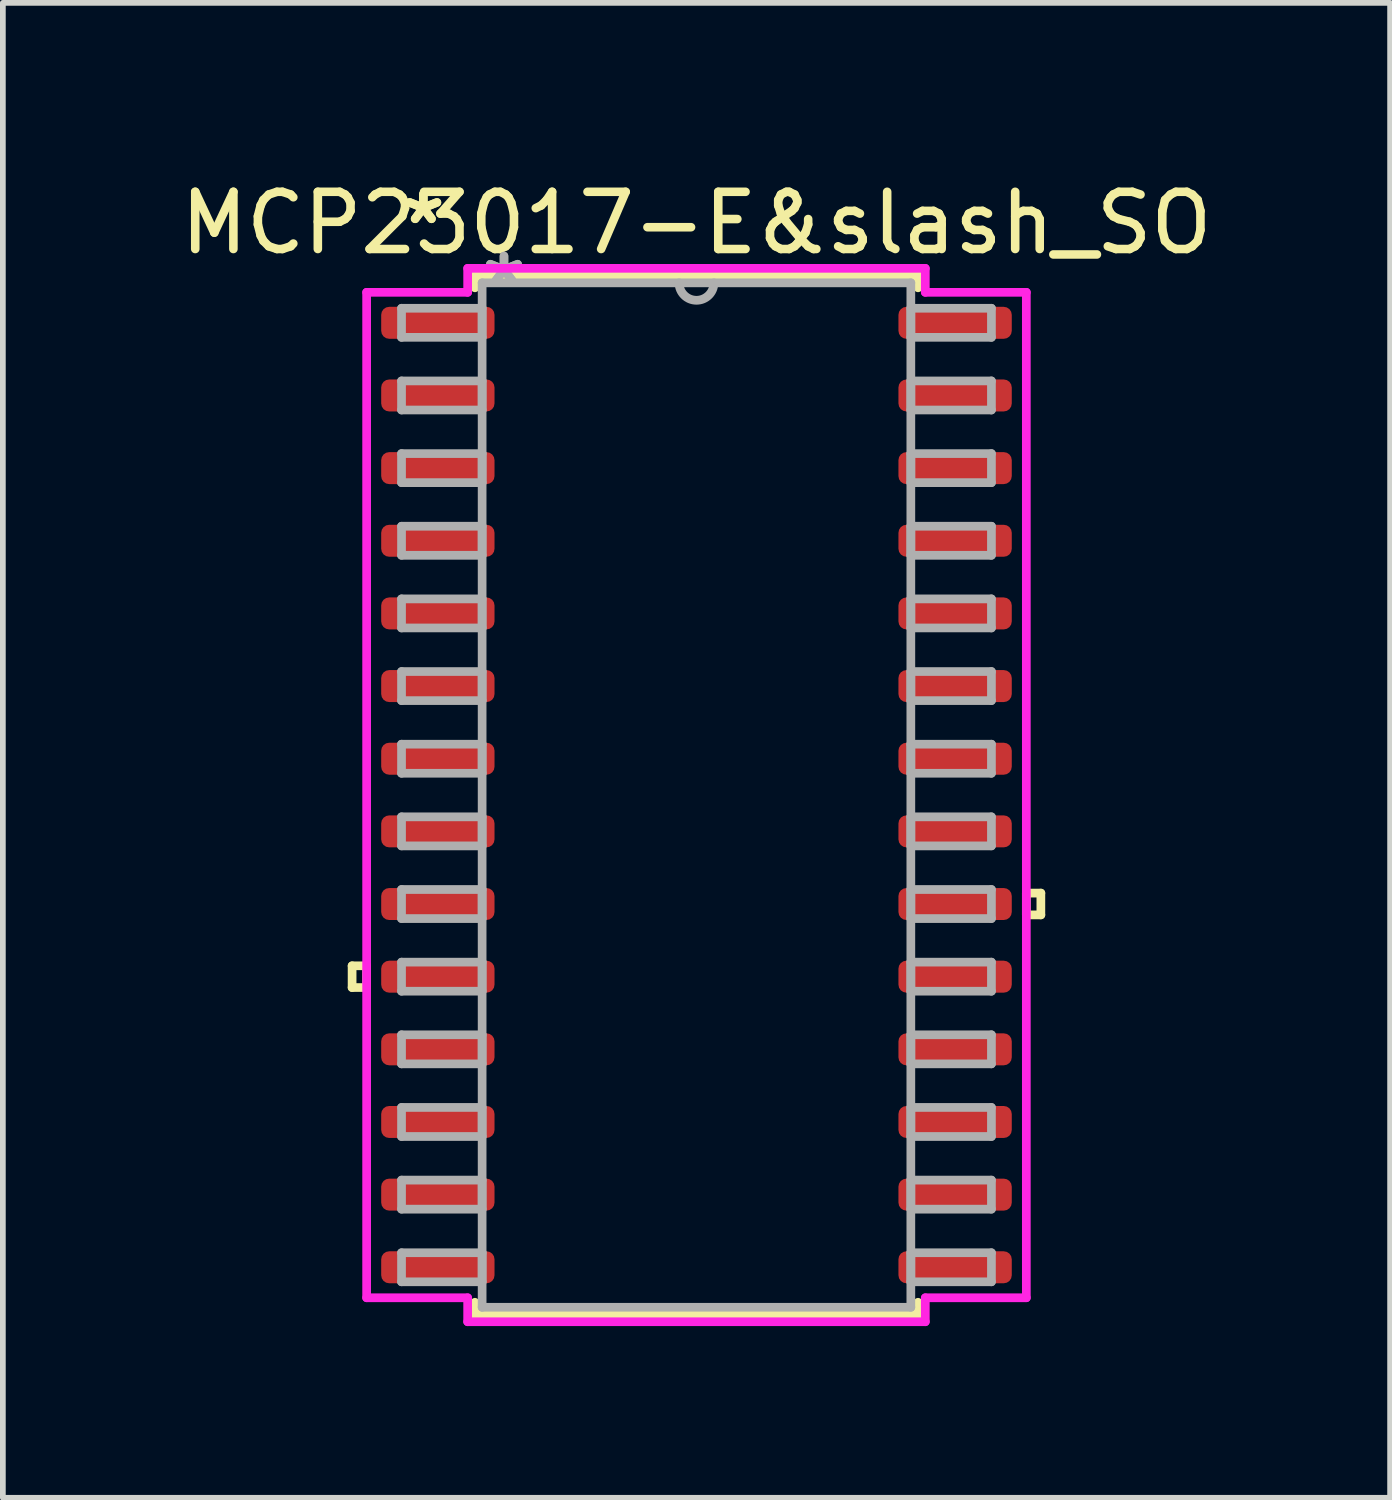
<source format=kicad_pcb>
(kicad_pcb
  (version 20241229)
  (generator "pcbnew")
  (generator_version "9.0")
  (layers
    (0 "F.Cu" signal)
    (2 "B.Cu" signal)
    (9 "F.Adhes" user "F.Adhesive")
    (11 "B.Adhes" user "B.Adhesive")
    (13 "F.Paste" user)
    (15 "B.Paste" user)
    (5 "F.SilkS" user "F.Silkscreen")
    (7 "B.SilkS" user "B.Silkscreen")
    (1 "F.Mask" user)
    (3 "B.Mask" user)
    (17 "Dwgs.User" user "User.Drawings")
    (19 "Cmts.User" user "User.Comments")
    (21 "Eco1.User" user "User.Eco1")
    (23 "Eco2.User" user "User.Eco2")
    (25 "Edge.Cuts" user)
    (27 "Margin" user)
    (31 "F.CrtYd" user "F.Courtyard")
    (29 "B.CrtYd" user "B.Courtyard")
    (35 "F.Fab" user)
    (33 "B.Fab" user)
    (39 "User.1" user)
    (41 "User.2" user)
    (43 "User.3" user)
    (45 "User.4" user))
  (footprint "MCP23017-E&slash_SO"
    (layer "F.Cu")
    (at 9.125 10.848)
    (property "Reference" "MCP23017-E&slash_SO" (at 0 -10 0) (layer "F.SilkS") (effects (font (size 1 1) (thickness 0.15))))
    (attr smd)
    (fp_line (start -6.02 2.985) (end -6.02 3.365) (stroke (width 0.152) (type solid)) (layer "F.SilkS"))
    (fp_line (start -6.02 3.365) (end -5.766 3.365) (stroke (width 0.152) (type solid)) (layer "F.SilkS"))
    (fp_line (start -5.766 2.985) (end -6.02 2.985) (stroke (width 0.152) (type solid)) (layer "F.SilkS"))
    (fp_line (start -5.766 3.365) (end -5.766 2.985) (stroke (width 0.152) (type solid)) (layer "F.SilkS"))
    (fp_line (start -3.873 -9.081) (end -3.873 -8.867) (stroke (width 0.152) (type solid)) (layer "F.SilkS"))
    (fp_line (start -3.873 8.867) (end -3.873 9.081) (stroke (width 0.152) (type solid)) (layer "F.SilkS"))
    (fp_line (start -3.873 9.081) (end 3.873 9.081) (stroke (width 0.152) (type solid)) (layer "F.SilkS"))
    (fp_line (start 3.873 -9.081) (end -3.873 -9.081) (stroke (width 0.152) (type solid)) (layer "F.SilkS"))
    (fp_line (start 3.873 -8.867) (end 3.873 -9.081) (stroke (width 0.152) (type solid)) (layer "F.SilkS"))
    (fp_line (start 3.873 9.081) (end 3.873 8.867) (stroke (width 0.152) (type solid)) (layer "F.SilkS"))
    (fp_line (start 5.766 1.714) (end 6.02 1.714) (stroke (width 0.152) (type solid)) (layer "F.SilkS"))
    (fp_line (start 5.766 2.095) (end 5.766 1.714) (stroke (width 0.152) (type solid)) (layer "F.SilkS"))
    (fp_line (start 6.02 1.714) (end 6.02 2.095) (stroke (width 0.152) (type solid)) (layer "F.SilkS"))
    (fp_line (start 6.02 2.095) (end 5.766 2.095) (stroke (width 0.152) (type solid)) (layer "F.SilkS"))
    (fp_line (start -5.766 -8.788) (end -4 -8.788) (stroke (width 0.152) (type solid)) (layer "F.CrtYd"))
    (fp_line (start -5.766 8.788) (end -5.766 -8.788) (stroke (width 0.152) (type solid)) (layer "F.CrtYd"))
    (fp_line (start -4 -9.207) (end 4 -9.207) (stroke (width 0.152) (type solid)) (layer "F.CrtYd"))
    (fp_line (start -4 -8.788) (end -4 -9.207) (stroke (width 0.152) (type solid)) (layer "F.CrtYd"))
    (fp_line (start -4 8.788) (end -5.766 8.788) (stroke (width 0.152) (type solid)) (layer "F.CrtYd"))
    (fp_line (start -4 9.207) (end -4 8.788) (stroke (width 0.152) (type solid)) (layer "F.CrtYd"))
    (fp_line (start 4 -9.207) (end 4 -8.788) (stroke (width 0.152) (type solid)) (layer "F.CrtYd"))
    (fp_line (start 4 -8.788) (end 5.766 -8.788) (stroke (width 0.152) (type solid)) (layer "F.CrtYd"))
    (fp_line (start 4 8.788) (end 4 9.207) (stroke (width 0.152) (type solid)) (layer "F.CrtYd"))
    (fp_line (start 4 9.207) (end -4 9.207) (stroke (width 0.152) (type solid)) (layer "F.CrtYd"))
    (fp_line (start 5.766 -8.788) (end 5.766 8.788) (stroke (width 0.152) (type solid)) (layer "F.CrtYd"))
    (fp_line (start 5.766 8.788) (end 4 8.788) (stroke (width 0.152) (type solid)) (layer "F.CrtYd"))
    (fp_line (start -5.156 -8.509) (end -5.156 -8.001) (stroke (width 0.152) (type solid)) (layer "F.Fab"))
    (fp_line (start -5.156 -8.001) (end -3.747 -8.001) (stroke (width 0.152) (type solid)) (layer "F.Fab"))
    (fp_line (start -5.156 -7.239) (end -5.156 -6.731) (stroke (width 0.152) (type solid)) (layer "F.Fab"))
    (fp_line (start -5.156 -6.731) (end -3.747 -6.731) (stroke (width 0.152) (type solid)) (layer "F.Fab"))
    (fp_line (start -5.156 -5.969) (end -5.156 -5.461) (stroke (width 0.152) (type solid)) (layer "F.Fab"))
    (fp_line (start -5.156 -5.461) (end -3.747 -5.461) (stroke (width 0.152) (type solid)) (layer "F.Fab"))
    (fp_line (start -5.156 -4.699) (end -5.156 -4.191) (stroke (width 0.152) (type solid)) (layer "F.Fab"))
    (fp_line (start -5.156 -4.191) (end -3.747 -4.191) (stroke (width 0.152) (type solid)) (layer "F.Fab"))
    (fp_line (start -5.156 -3.429) (end -5.156 -2.921) (stroke (width 0.152) (type solid)) (layer "F.Fab"))
    (fp_line (start -5.156 -2.921) (end -3.747 -2.921) (stroke (width 0.152) (type solid)) (layer "F.Fab"))
    (fp_line (start -5.156 -2.159) (end -5.156 -1.651) (stroke (width 0.152) (type solid)) (layer "F.Fab"))
    (fp_line (start -5.156 -1.651) (end -3.747 -1.651) (stroke (width 0.152) (type solid)) (layer "F.Fab"))
    (fp_line (start -5.156 -0.889) (end -5.156 -0.381) (stroke (width 0.152) (type solid)) (layer "F.Fab"))
    (fp_line (start -5.156 -0.381) (end -3.747 -0.381) (stroke (width 0.152) (type solid)) (layer "F.Fab"))
    (fp_line (start -5.156 0.381) (end -5.156 0.889) (stroke (width 0.152) (type solid)) (layer "F.Fab"))
    (fp_line (start -5.156 0.889) (end -3.747 0.889) (stroke (width 0.152) (type solid)) (layer "F.Fab"))
    (fp_line (start -5.156 1.651) (end -5.156 2.159) (stroke (width 0.152) (type solid)) (layer "F.Fab"))
    (fp_line (start -5.156 2.159) (end -3.747 2.159) (stroke (width 0.152) (type solid)) (layer "F.Fab"))
    (fp_line (start -5.156 2.921) (end -5.156 3.429) (stroke (width 0.152) (type solid)) (layer "F.Fab"))
    (fp_line (start -5.156 3.429) (end -3.747 3.429) (stroke (width 0.152) (type solid)) (layer "F.Fab"))
    (fp_line (start -5.156 4.191) (end -5.156 4.699) (stroke (width 0.152) (type solid)) (layer "F.Fab"))
    (fp_line (start -5.156 4.699) (end -3.747 4.699) (stroke (width 0.152) (type solid)) (layer "F.Fab"))
    (fp_line (start -5.156 5.461) (end -5.156 5.969) (stroke (width 0.152) (type solid)) (layer "F.Fab"))
    (fp_line (start -5.156 5.969) (end -3.747 5.969) (stroke (width 0.152) (type solid)) (layer "F.Fab"))
    (fp_line (start -5.156 6.731) (end -5.156 7.239) (stroke (width 0.152) (type solid)) (layer "F.Fab"))
    (fp_line (start -5.156 7.239) (end -3.747 7.239) (stroke (width 0.152) (type solid)) (layer "F.Fab"))
    (fp_line (start -5.156 8.001) (end -5.156 8.509) (stroke (width 0.152) (type solid)) (layer "F.Fab"))
    (fp_line (start -5.156 8.509) (end -3.747 8.509) (stroke (width 0.152) (type solid)) (layer "F.Fab"))
    (fp_line (start -3.747 -8.954) (end -3.747 8.954) (stroke (width 0.152) (type solid)) (layer "F.Fab"))
    (fp_line (start -3.747 -8.509) (end -5.156 -8.509) (stroke (width 0.152) (type solid)) (layer "F.Fab"))
    (fp_line (start -3.747 -8.001) (end -3.747 -8.509) (stroke (width 0.152) (type solid)) (layer "F.Fab"))
    (fp_line (start -3.747 -7.239) (end -5.156 -7.239) (stroke (width 0.152) (type solid)) (layer "F.Fab"))
    (fp_line (start -3.747 -6.731) (end -3.747 -7.239) (stroke (width 0.152) (type solid)) (layer "F.Fab"))
    (fp_line (start -3.747 -5.969) (end -5.156 -5.969) (stroke (width 0.152) (type solid)) (layer "F.Fab"))
    (fp_line (start -3.747 -5.461) (end -3.747 -5.969) (stroke (width 0.152) (type solid)) (layer "F.Fab"))
    (fp_line (start -3.747 -4.699) (end -5.156 -4.699) (stroke (width 0.152) (type solid)) (layer "F.Fab"))
    (fp_line (start -3.747 -4.191) (end -3.747 -4.699) (stroke (width 0.152) (type solid)) (layer "F.Fab"))
    (fp_line (start -3.747 -3.429) (end -5.156 -3.429) (stroke (width 0.152) (type solid)) (layer "F.Fab"))
    (fp_line (start -3.747 -2.921) (end -3.747 -3.429) (stroke (width 0.152) (type solid)) (layer "F.Fab"))
    (fp_line (start -3.747 -2.159) (end -5.156 -2.159) (stroke (width 0.152) (type solid)) (layer "F.Fab"))
    (fp_line (start -3.747 -1.651) (end -3.747 -2.159) (stroke (width 0.152) (type solid)) (layer "F.Fab"))
    (fp_line (start -3.747 -0.889) (end -5.156 -0.889) (stroke (width 0.152) (type solid)) (layer "F.Fab"))
    (fp_line (start -3.747 -0.381) (end -3.747 -0.889) (stroke (width 0.152) (type solid)) (layer "F.Fab"))
    (fp_line (start -3.747 0.381) (end -5.156 0.381) (stroke (width 0.152) (type solid)) (layer "F.Fab"))
    (fp_line (start -3.747 0.889) (end -3.747 0.381) (stroke (width 0.152) (type solid)) (layer "F.Fab"))
    (fp_line (start -3.747 1.651) (end -5.156 1.651) (stroke (width 0.152) (type solid)) (layer "F.Fab"))
    (fp_line (start -3.747 2.159) (end -3.747 1.651) (stroke (width 0.152) (type solid)) (layer "F.Fab"))
    (fp_line (start -3.747 2.921) (end -5.156 2.921) (stroke (width 0.152) (type solid)) (layer "F.Fab"))
    (fp_line (start -3.747 3.429) (end -3.747 2.921) (stroke (width 0.152) (type solid)) (layer "F.Fab"))
    (fp_line (start -3.747 4.191) (end -5.156 4.191) (stroke (width 0.152) (type solid)) (layer "F.Fab"))
    (fp_line (start -3.747 4.699) (end -3.747 4.191) (stroke (width 0.152) (type solid)) (layer "F.Fab"))
    (fp_line (start -3.747 5.461) (end -5.156 5.461) (stroke (width 0.152) (type solid)) (layer "F.Fab"))
    (fp_line (start -3.747 5.969) (end -3.747 5.461) (stroke (width 0.152) (type solid)) (layer "F.Fab"))
    (fp_line (start -3.747 6.731) (end -5.156 6.731) (stroke (width 0.152) (type solid)) (layer "F.Fab"))
    (fp_line (start -3.747 7.239) (end -3.747 6.731) (stroke (width 0.152) (type solid)) (layer "F.Fab"))
    (fp_line (start -3.747 8.001) (end -5.156 8.001) (stroke (width 0.152) (type solid)) (layer "F.Fab"))
    (fp_line (start -3.747 8.509) (end -3.747 8.001) (stroke (width 0.152) (type solid)) (layer "F.Fab"))
    (fp_line (start -3.747 8.954) (end 3.747 8.954) (stroke (width 0.152) (type solid)) (layer "F.Fab"))
    (fp_line (start 3.747 -8.954) (end -3.747 -8.954) (stroke (width 0.152) (type solid)) (layer "F.Fab"))
    (fp_line (start 3.747 -8.509) (end 3.747 -8.001) (stroke (width 0.152) (type solid)) (layer "F.Fab"))
    (fp_line (start 3.747 -8.001) (end 5.156 -8.001) (stroke (width 0.152) (type solid)) (layer "F.Fab"))
    (fp_line (start 3.747 -7.239) (end 3.747 -6.731) (stroke (width 0.152) (type solid)) (layer "F.Fab"))
    (fp_line (start 3.747 -6.731) (end 5.156 -6.731) (stroke (width 0.152) (type solid)) (layer "F.Fab"))
    (fp_line (start 3.747 -5.969) (end 3.747 -5.461) (stroke (width 0.152) (type solid)) (layer "F.Fab"))
    (fp_line (start 3.747 -5.461) (end 5.156 -5.461) (stroke (width 0.152) (type solid)) (layer "F.Fab"))
    (fp_line (start 3.747 -4.699) (end 3.747 -4.191) (stroke (width 0.152) (type solid)) (layer "F.Fab"))
    (fp_line (start 3.747 -4.191) (end 5.156 -4.191) (stroke (width 0.152) (type solid)) (layer "F.Fab"))
    (fp_line (start 3.747 -3.429) (end 3.747 -2.921) (stroke (width 0.152) (type solid)) (layer "F.Fab"))
    (fp_line (start 3.747 -2.921) (end 5.156 -2.921) (stroke (width 0.152) (type solid)) (layer "F.Fab"))
    (fp_line (start 3.747 -2.159) (end 3.747 -1.651) (stroke (width 0.152) (type solid)) (layer "F.Fab"))
    (fp_line (start 3.747 -1.651) (end 5.156 -1.651) (stroke (width 0.152) (type solid)) (layer "F.Fab"))
    (fp_line (start 3.747 -0.889) (end 3.747 -0.381) (stroke (width 0.152) (type solid)) (layer "F.Fab"))
    (fp_line (start 3.747 -0.381) (end 5.156 -0.381) (stroke (width 0.152) (type solid)) (layer "F.Fab"))
    (fp_line (start 3.747 0.381) (end 3.747 0.889) (stroke (width 0.152) (type solid)) (layer "F.Fab"))
    (fp_line (start 3.747 0.889) (end 5.156 0.889) (stroke (width 0.152) (type solid)) (layer "F.Fab"))
    (fp_line (start 3.747 1.651) (end 3.747 2.159) (stroke (width 0.152) (type solid)) (layer "F.Fab"))
    (fp_line (start 3.747 2.159) (end 5.156 2.159) (stroke (width 0.152) (type solid)) (layer "F.Fab"))
    (fp_line (start 3.747 2.921) (end 3.747 3.429) (stroke (width 0.152) (type solid)) (layer "F.Fab"))
    (fp_line (start 3.747 3.429) (end 5.156 3.429) (stroke (width 0.152) (type solid)) (layer "F.Fab"))
    (fp_line (start 3.747 4.191) (end 3.747 4.699) (stroke (width 0.152) (type solid)) (layer "F.Fab"))
    (fp_line (start 3.747 4.699) (end 5.156 4.699) (stroke (width 0.152) (type solid)) (layer "F.Fab"))
    (fp_line (start 3.747 5.461) (end 3.747 5.969) (stroke (width 0.152) (type solid)) (layer "F.Fab"))
    (fp_line (start 3.747 5.969) (end 5.156 5.969) (stroke (width 0.152) (type solid)) (layer "F.Fab"))
    (fp_line (start 3.747 6.731) (end 3.747 7.239) (stroke (width 0.152) (type solid)) (layer "F.Fab"))
    (fp_line (start 3.747 7.239) (end 5.156 7.239) (stroke (width 0.152) (type solid)) (layer "F.Fab"))
    (fp_line (start 3.747 8.001) (end 3.747 8.509) (stroke (width 0.152) (type solid)) (layer "F.Fab"))
    (fp_line (start 3.747 8.509) (end 5.156 8.509) (stroke (width 0.152) (type solid)) (layer "F.Fab"))
    (fp_line (start 3.747 8.954) (end 3.747 -8.954) (stroke (width 0.152) (type solid)) (layer "F.Fab"))
    (fp_line (start 5.156 -8.509) (end 3.747 -8.509) (stroke (width 0.152) (type solid)) (layer "F.Fab"))
    (fp_line (start 5.156 -8.001) (end 5.156 -8.509) (stroke (width 0.152) (type solid)) (layer "F.Fab"))
    (fp_line (start 5.156 -7.239) (end 3.747 -7.239) (stroke (width 0.152) (type solid)) (layer "F.Fab"))
    (fp_line (start 5.156 -6.731) (end 5.156 -7.239) (stroke (width 0.152) (type solid)) (layer "F.Fab"))
    (fp_line (start 5.156 -5.969) (end 3.747 -5.969) (stroke (width 0.152) (type solid)) (layer "F.Fab"))
    (fp_line (start 5.156 -5.461) (end 5.156 -5.969) (stroke (width 0.152) (type solid)) (layer "F.Fab"))
    (fp_line (start 5.156 -4.699) (end 3.747 -4.699) (stroke (width 0.152) (type solid)) (layer "F.Fab"))
    (fp_line (start 5.156 -4.191) (end 5.156 -4.699) (stroke (width 0.152) (type solid)) (layer "F.Fab"))
    (fp_line (start 5.156 -3.429) (end 3.747 -3.429) (stroke (width 0.152) (type solid)) (layer "F.Fab"))
    (fp_line (start 5.156 -2.921) (end 5.156 -3.429) (stroke (width 0.152) (type solid)) (layer "F.Fab"))
    (fp_line (start 5.156 -2.159) (end 3.747 -2.159) (stroke (width 0.152) (type solid)) (layer "F.Fab"))
    (fp_line (start 5.156 -1.651) (end 5.156 -2.159) (stroke (width 0.152) (type solid)) (layer "F.Fab"))
    (fp_line (start 5.156 -0.889) (end 3.747 -0.889) (stroke (width 0.152) (type solid)) (layer "F.Fab"))
    (fp_line (start 5.156 -0.381) (end 5.156 -0.889) (stroke (width 0.152) (type solid)) (layer "F.Fab"))
    (fp_line (start 5.156 0.381) (end 3.747 0.381) (stroke (width 0.152) (type solid)) (layer "F.Fab"))
    (fp_line (start 5.156 0.889) (end 5.156 0.381) (stroke (width 0.152) (type solid)) (layer "F.Fab"))
    (fp_line (start 5.156 1.651) (end 3.747 1.651) (stroke (width 0.152) (type solid)) (layer "F.Fab"))
    (fp_line (start 5.156 2.159) (end 5.156 1.651) (stroke (width 0.152) (type solid)) (layer "F.Fab"))
    (fp_line (start 5.156 2.921) (end 3.747 2.921) (stroke (width 0.152) (type solid)) (layer "F.Fab"))
    (fp_line (start 5.156 3.429) (end 5.156 2.921) (stroke (width 0.152) (type solid)) (layer "F.Fab"))
    (fp_line (start 5.156 4.191) (end 3.747 4.191) (stroke (width 0.152) (type solid)) (layer "F.Fab"))
    (fp_line (start 5.156 4.699) (end 5.156 4.191) (stroke (width 0.152) (type solid)) (layer "F.Fab"))
    (fp_line (start 5.156 5.461) (end 3.747 5.461) (stroke (width 0.152) (type solid)) (layer "F.Fab"))
    (fp_line (start 5.156 5.969) (end 5.156 5.461) (stroke (width 0.152) (type solid)) (layer "F.Fab"))
    (fp_line (start 5.156 6.731) (end 3.747 6.731) (stroke (width 0.152) (type solid)) (layer "F.Fab"))
    (fp_line (start 5.156 7.239) (end 5.156 6.731) (stroke (width 0.152) (type solid)) (layer "F.Fab"))
    (fp_line (start 5.156 8.001) (end 3.747 8.001) (stroke (width 0.152) (type solid)) (layer "F.Fab"))
    (fp_line (start 5.156 8.509) (end 5.156 8.001) (stroke (width 0.152) (type solid)) (layer "F.Fab"))
    (fp_arc (start 0.3048 -8.9535) (mid 0 -8.6487) (end -0.3048 -8.9535) (stroke (width 0.1524) (type solid)) (layer "F.Fab"))
    (fp_text user "*" (at -4.775 -9.957 0) (layer "F.SilkS") (effects (font (size 1 1) (thickness 0.15))))
    (fp_text user "*" (at -4.775 -9.957 0) (layer "F.SilkS") (effects (font (size 1 1) (thickness 0.15))))
    (fp_text user "*" (at -3.365 -8.877 0) (layer "F.Fab") (effects (font (size 1 1) (thickness 0.15))))
    (fp_text user "*" (at -3.365 -8.877 0) (layer "F.Fab") (effects (font (size 1 1) (thickness 0.15))))
    (pad "1" smd roundrect (at -4.521 -8.255) (size 1.981 0.559) (layers "F.Cu" "F.Mask" "F.Paste") (roundrect_rratio 0.25))
    (pad "2" smd roundrect (at -4.521 -6.985) (size 1.981 0.559) (layers "F.Cu" "F.Mask" "F.Paste") (roundrect_rratio 0.25))
    (pad "3" smd roundrect (at -4.521 -5.715) (size 1.981 0.559) (layers "F.Cu" "F.Mask" "F.Paste") (roundrect_rratio 0.25))
    (pad "4" smd roundrect (at -4.521 -4.445) (size 1.981 0.559) (layers "F.Cu" "F.Mask" "F.Paste") (roundrect_rratio 0.25))
    (pad "5" smd roundrect (at -4.521 -3.175) (size 1.981 0.559) (layers "F.Cu" "F.Mask" "F.Paste") (roundrect_rratio 0.25))
    (pad "6" smd roundrect (at -4.521 -1.905) (size 1.981 0.559) (layers "F.Cu" "F.Mask" "F.Paste") (roundrect_rratio 0.25))
    (pad "7" smd roundrect (at -4.521 -0.635) (size 1.981 0.559) (layers "F.Cu" "F.Mask" "F.Paste") (roundrect_rratio 0.25))
    (pad "8" smd roundrect (at -4.521 0.635) (size 1.981 0.559) (layers "F.Cu" "F.Mask" "F.Paste") (roundrect_rratio 0.25))
    (pad "9" smd roundrect (at -4.521 1.905) (size 1.981 0.559) (layers "F.Cu" "F.Mask" "F.Paste") (roundrect_rratio 0.25))
    (pad "10" smd roundrect (at -4.521 3.175) (size 1.981 0.559) (layers "F.Cu" "F.Mask" "F.Paste") (roundrect_rratio 0.25))
    (pad "11" smd roundrect (at -4.521 4.445) (size 1.981 0.559) (layers "F.Cu" "F.Mask" "F.Paste") (roundrect_rratio 0.25))
    (pad "12" smd roundrect (at -4.521 5.715) (size 1.981 0.559) (layers "F.Cu" "F.Mask" "F.Paste") (roundrect_rratio 0.25))
    (pad "13" smd roundrect (at -4.521 6.985) (size 1.981 0.559) (layers "F.Cu" "F.Mask" "F.Paste") (roundrect_rratio 0.25))
    (pad "14" smd roundrect (at -4.521 8.255) (size 1.981 0.559) (layers "F.Cu" "F.Mask" "F.Paste") (roundrect_rratio 0.25))
    (pad "15" smd roundrect (at 4.521 8.255) (size 1.981 0.559) (layers "F.Cu" "F.Mask" "F.Paste") (roundrect_rratio 0.25))
    (pad "16" smd roundrect (at 4.521 6.985) (size 1.981 0.559) (layers "F.Cu" "F.Mask" "F.Paste") (roundrect_rratio 0.25))
    (pad "17" smd roundrect (at 4.521 5.715) (size 1.981 0.559) (layers "F.Cu" "F.Mask" "F.Paste") (roundrect_rratio 0.25))
    (pad "18" smd roundrect (at 4.521 4.445) (size 1.981 0.559) (layers "F.Cu" "F.Mask" "F.Paste") (roundrect_rratio 0.25))
    (pad "19" smd roundrect (at 4.521 3.175) (size 1.981 0.559) (layers "F.Cu" "F.Mask" "F.Paste") (roundrect_rratio 0.25))
    (pad "20" smd roundrect (at 4.521 1.905) (size 1.981 0.559) (layers "F.Cu" "F.Mask" "F.Paste") (roundrect_rratio 0.25))
    (pad "21" smd roundrect (at 4.521 0.635) (size 1.981 0.559) (layers "F.Cu" "F.Mask" "F.Paste") (roundrect_rratio 0.25))
    (pad "22" smd roundrect (at 4.521 -0.635) (size 1.981 0.559) (layers "F.Cu" "F.Mask" "F.Paste") (roundrect_rratio 0.25))
    (pad "23" smd roundrect (at 4.521 -1.905) (size 1.981 0.559) (layers "F.Cu" "F.Mask" "F.Paste") (roundrect_rratio 0.25))
    (pad "24" smd roundrect (at 4.521 -3.175) (size 1.981 0.559) (layers "F.Cu" "F.Mask" "F.Paste") (roundrect_rratio 0.25))
    (pad "25" smd roundrect (at 4.521 -4.445) (size 1.981 0.559) (layers "F.Cu" "F.Mask" "F.Paste") (roundrect_rratio 0.25))
    (pad "26" smd roundrect (at 4.521 -5.715) (size 1.981 0.559) (layers "F.Cu" "F.Mask" "F.Paste") (roundrect_rratio 0.25))
    (pad "27" smd roundrect (at 4.521 -6.985) (size 1.981 0.559) (layers "F.Cu" "F.Mask" "F.Paste") (roundrect_rratio 0.25))
    (pad "28" smd roundrect (at 4.521 -8.255) (size 1.981 0.559) (layers "F.Cu" "F.Mask" "F.Paste") (roundrect_rratio 0.25)))
  (gr_rect
    (start -3 -3)
    (end 21.25 23.132)
    (stroke (width 0.1) (type default))
    (fill no)
    (layer "Edge.Cuts")))
</source>
